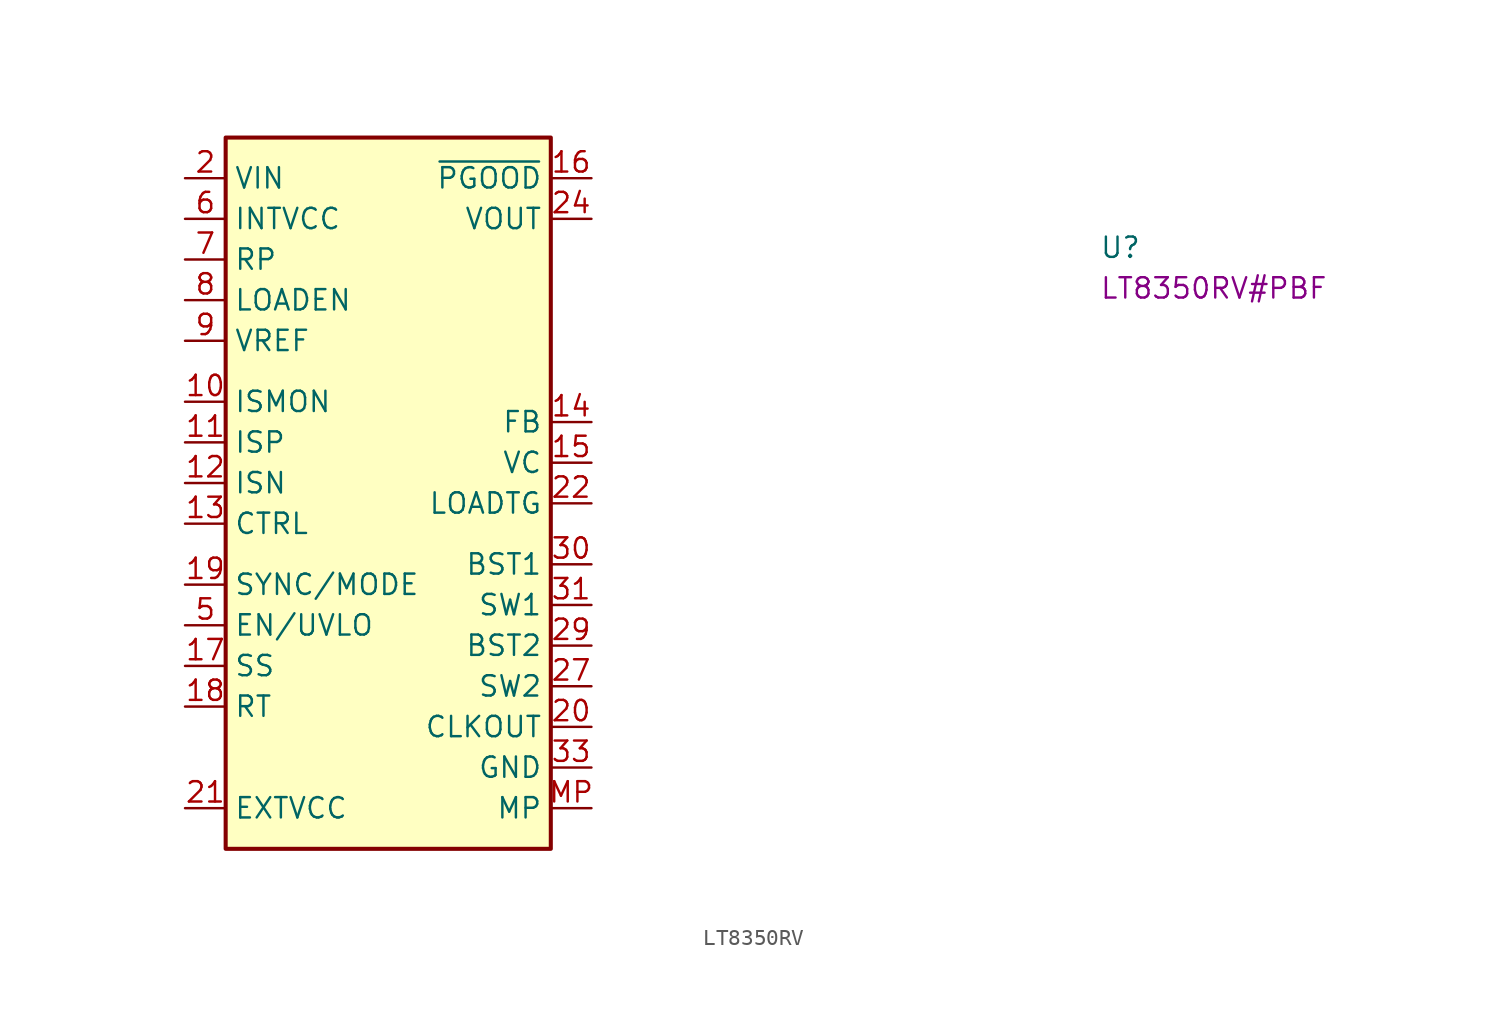
<source format=kicad_sym>
(kicad_symbol_lib
  (version 20220914)
  (generator kicad_symbol_editor)
  (symbol "LT8350RV"
    (property "Reference" "U"
      (at 57.15 -5.08 0)
      (effects (font (size 1.27 1.27) (thickness 0.15)) (justify left bottom)))
    (property "MPN" "LT8350RV#PBF"
      (at 57.15 -7.62 0)
      (effects (font (size 1.27 1.27) (thickness 0.15)) (justify left bottom)))
    (symbol "LT8350RV_1_1"
      (rectangle (start 2.54 2.54) (end 22.86 -41.91) (stroke (width 0.254) (type default)) (fill (type background)))
      (pin output line (at 0 -13.97 0) (length 2.54) (name "ISMON" (effects (font (size 1.27 1.27)))) (number "10" (effects (font (size 1.27 1.27)))))
      (pin input line (at 0 -16.51 0) (length 2.54) (name "ISP" (effects (font (size 1.27 1.27)))) (number "11" (effects (font (size 1.27 1.27)))))
      (pin input line (at 0 -19.05 0) (length 2.54) (name "ISN" (effects (font (size 1.27 1.27)))) (number "12" (effects (font (size 1.27 1.27)))))
      (pin input line (at 0 -21.59 0) (length 2.54) (name "CTRL" (effects (font (size 1.27 1.27)))) (number "13" (effects (font (size 1.27 1.27)))))
      (pin input line (at 25.4 -15.24 180) (length 2.54) (name "FB" (effects (font (size 1.27 1.27)))) (number "14" (effects (font (size 1.27 1.27)))))
      (pin output line (at 25.4 -17.78 180) (length 2.54) (name "VC" (effects (font (size 1.27 1.27)))) (number "15" (effects (font (size 1.27 1.27)))))
      (pin open_collector line (at 25.4 0 180) (length 2.54) (name "~{PGOOD}" (effects (font (size 1.27 1.27)))) (number "16" (effects (font (size 1.27 1.27)))))
      (pin input line (at 0 -30.48 0) (length 2.54) (name "SS" (effects (font (size 1.27 1.27)))) (number "17" (effects (font (size 1.27 1.27)))))
      (pin input line (at 0 -33.02 0) (length 2.54) (name "RT" (effects (font (size 1.27 1.27)))) (number "18" (effects (font (size 1.27 1.27)))))
      (pin input line (at 0 -25.4 0) (length 2.54) (name "SYNC/MODE" (effects (font (size 1.27 1.27)))) (number "19" (effects (font (size 1.27 1.27)))))
      (pin power_in line (at 0 0 0) (length 2.54) (name "VIN" (effects (font (size 1.27 1.27)))) (number "2" (effects (font (size 1.27 1.27)))))
      (pin output line (at 25.4 -34.29 180) (length 2.54) (name "CLKOUT" (effects (font (size 1.27 1.27)))) (number "20" (effects (font (size 1.27 1.27)))))
      (pin power_in line (at 0 -39.37 0) (length 2.54) (name "EXTVCC" (effects (font (size 1.27 1.27)))) (number "21" (effects (font (size 1.27 1.27)))))
      (pin output line (at 25.4 -20.32 180) (length 2.54) (name "LOADTG" (effects (font (size 1.27 1.27)))) (number "22" (effects (font (size 1.27 1.27)))))
      (pin power_out line (at 25.4 -2.54 180) (length 2.54) (name "VOUT" (effects (font (size 1.27 1.27)))) (number "24" (effects (font (size 1.27 1.27)))))
      (pin passive line (at 25.4 -2.54 180) (length 2.54) hide (name "VOUT" (effects (font (size 1.27 1.27)))) (number "25" (effects (font (size 1.27 1.27)))))
      (pin output line (at 25.4 -31.75 180) (length 2.54) (name "SW2" (effects (font (size 1.27 1.27)))) (number "27" (effects (font (size 1.27 1.27)))))
      (pin passive line (at 25.4 -31.75 180) (length 2.54) hide (name "SW2" (effects (font (size 1.27 1.27)))) (number "28" (effects (font (size 1.27 1.27)))))
      (pin input line (at 25.4 -29.21 180) (length 2.54) (name "BST2" (effects (font (size 1.27 1.27)))) (number "29" (effects (font (size 1.27 1.27)))))
      (pin passive line (at 0 0 0) (length 2.54) hide (name "VIN" (effects (font (size 1.27 1.27)))) (number "3" (effects (font (size 1.27 1.27)))))
      (pin input line (at 25.4 -24.13 180) (length 2.54) (name "BST1" (effects (font (size 1.27 1.27)))) (number "30" (effects (font (size 1.27 1.27)))))
      (pin output line (at 25.4 -26.67 180) (length 2.54) (name "SW1" (effects (font (size 1.27 1.27)))) (number "31" (effects (font (size 1.27 1.27)))))
      (pin passive line (at 25.4 -26.67 180) (length 2.54) hide (name "SW1" (effects (font (size 1.27 1.27)))) (number "32" (effects (font (size 1.27 1.27)))))
      (pin power_in line (at 25.4 -36.83 180) (length 2.54) (name "GND" (effects (font (size 1.27 1.27)))) (number "33" (effects (font (size 1.27 1.27)))))
      (pin passive line (at 25.4 -36.83 180) (length 2.54) hide (name "GND" (effects (font (size 1.27 1.27)))) (number "34" (effects (font (size 1.27 1.27)))))
      (pin passive line (at 25.4 -36.83 180) (length 2.54) hide (name "GND" (effects (font (size 1.27 1.27)))) (number "35" (effects (font (size 1.27 1.27)))))
      (pin passive line (at 25.4 -36.83 180) (length 2.54) hide (name "GND" (effects (font (size 1.27 1.27)))) (number "36" (effects (font (size 1.27 1.27)))))
      (pin input line (at 0 -27.94 0) (length 2.54) (name "EN/UVLO" (effects (font (size 1.27 1.27)))) (number "5" (effects (font (size 1.27 1.27)))))
      (pin power_out line (at 0 -2.54 0) (length 2.54) (name "INTVCC" (effects (font (size 1.27 1.27)))) (number "6" (effects (font (size 1.27 1.27)))))
      (pin unspecified line (at 0 -5.08 0) (length 2.54) (name "RP" (effects (font (size 1.27 1.27)))) (number "7" (effects (font (size 1.27 1.27)))))
      (pin input line (at 0 -7.62 0) (length 2.54) (name "LOADEN" (effects (font (size 1.27 1.27)))) (number "8" (effects (font (size 1.27 1.27)))))
      (pin power_out line (at 0 -10.16 0) (length 2.54) (name "VREF" (effects (font (size 1.27 1.27)))) (number "9" (effects (font (size 1.27 1.27)))))
      (pin passive line (at 25.4 -39.37 180) (length 2.54) (name "MP" (effects (font (size 1.27 1.27)))) (number "MP" (effects (font (size 1.27 1.27))))))))
</source>
